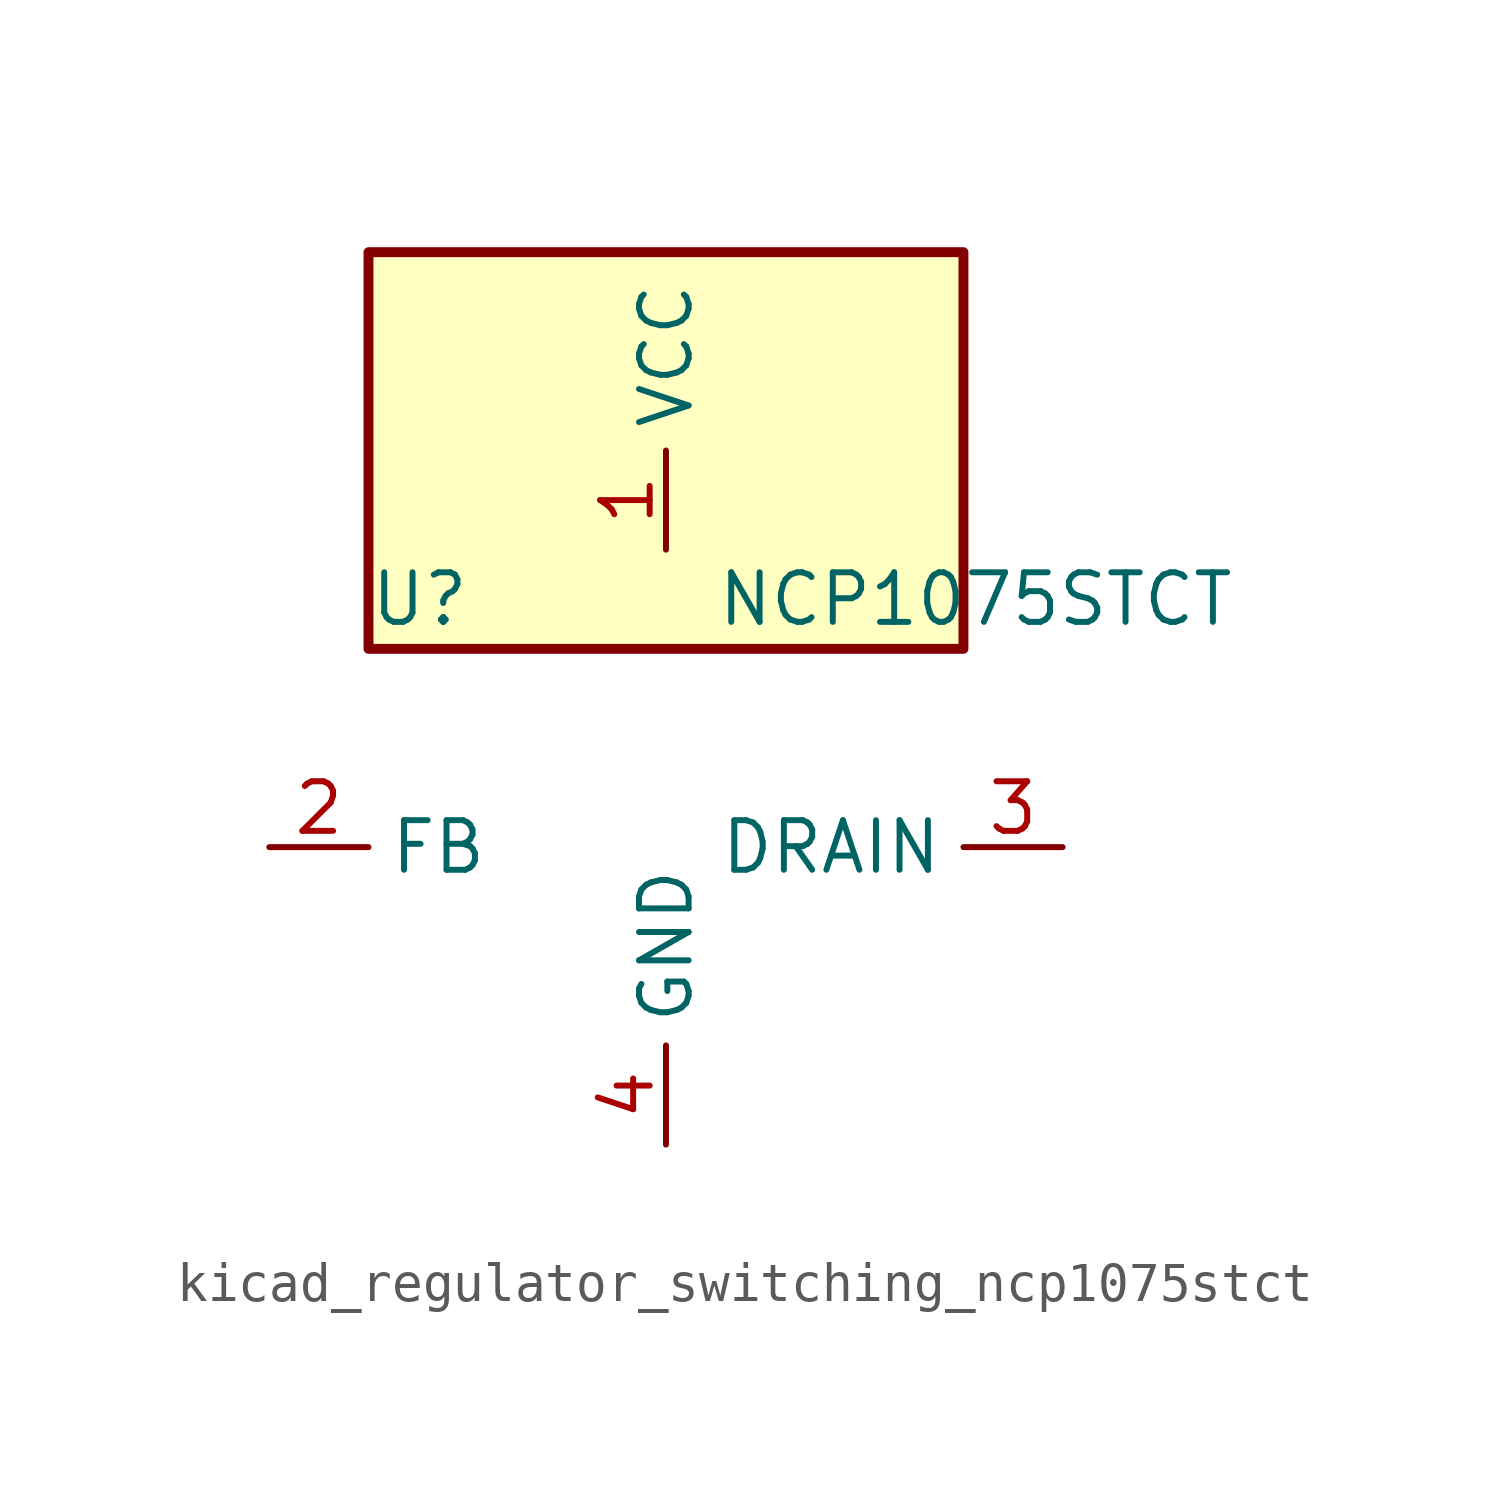
<source format=kicad_sym>
(kicad_symbol_lib
  (version 20220914)
  (generator kicad_symbol_editor)
  (symbol "kicad_regulator_switching_ncp1075stct"
    (property "Reference" "U"
      (at -7.62 6.35 0)
      (effects (font (size 1.27 1.27)) (justify left)))
    (property "Value" "NCP1075STCT"
      (at 1.27 6.35 0)
      (effects (font (size 1.27 1.27)) (justify left)))
    (symbol "kicad_regulator_switching_ncp1075stct_0_1"
      (rectangle (start 7.62 15.24) (end -7.62 5.08) (stroke (width 0.254) (type default)) (fill (type background))))
    (symbol "kicad_regulator_switching_ncp1075stct_1_1"
      (pin power_in line (at 0 7.62 90) (length 2.54) (name "VCC" (effects (font (size 1.27 1.27)))) (number "1" (effects (font (size 1.27 1.27)))))
      (pin input line (at -10.16 0 0) (length 2.54) (name "FB" (effects (font (size 1.27 1.27)))) (number "2" (effects (font (size 1.27 1.27)))))
      (pin open_collector line (at 10.16 0 180) (length 2.54) (name "DRAIN" (effects (font (size 1.27 1.27)))) (number "3" (effects (font (size 1.27 1.27)))))
      (pin power_in line (at 0 -7.62 90) (length 2.54) (name "GND" (effects (font (size 1.27 1.27)))) (number "4" (effects (font (size 1.27 1.27))))))))
</source>
